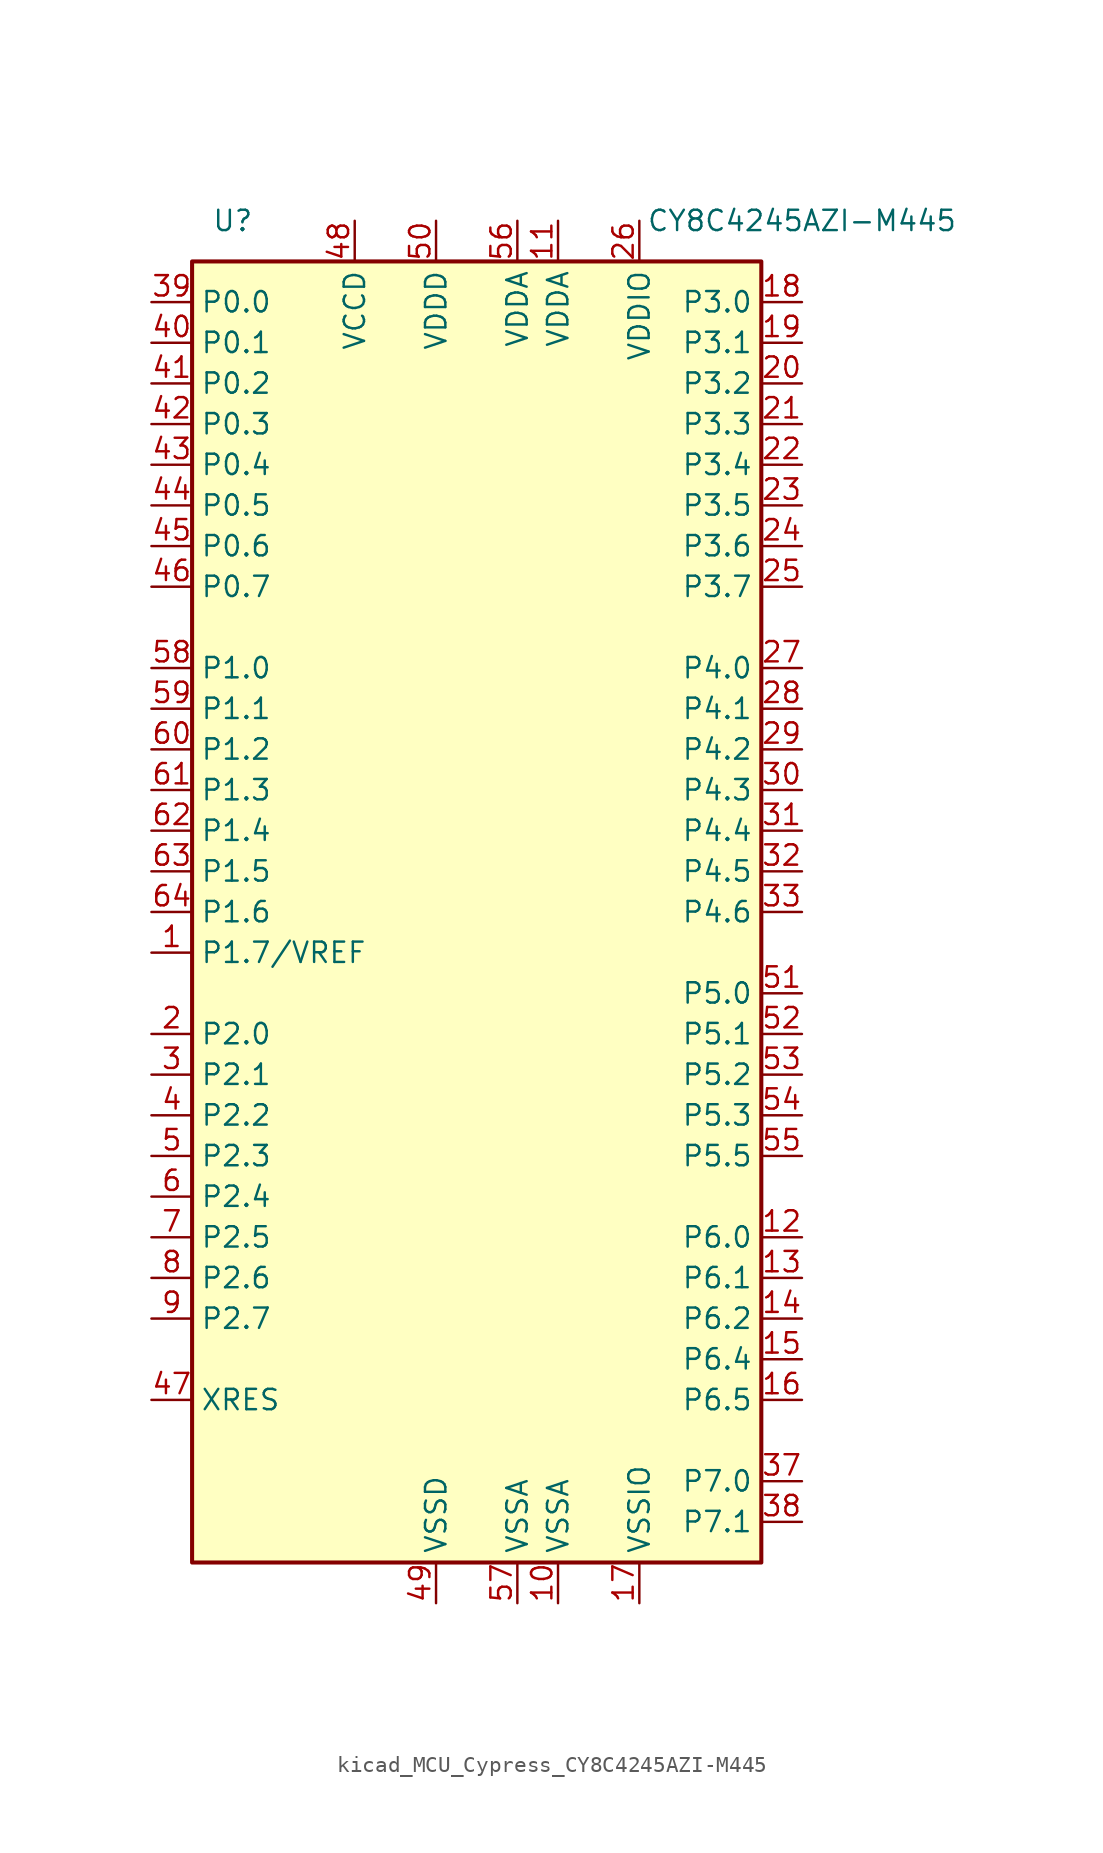
<source format=kicad_sym>
(kicad_symbol_lib
  (version 20220914)
  (generator kicad_symbol_editor)
  (symbol "kicad_MCU_Cypress_CY8C4245AZI-M445"
    (property "Reference" "U"
      (at -15.24 43.18 0)
      (effects (font (size 1.27 1.27))))
    (property "Value" "CY8C4245AZI-M445"
      (at 20.32 43.18 0)
      (effects (font (size 1.27 1.27))))
    (symbol "kicad_MCU_Cypress_CY8C4245AZI-M445_0_1"
      (rectangle (start -17.78 40.64) (end 17.78 -40.64) (stroke (width 0.254) (type default)) (fill (type background))))
    (symbol "kicad_MCU_Cypress_CY8C4245AZI-M445_1_1"
      (pin bidirectional line (at -20.32 -2.54 0) (length 2.54) (name "P1.7/VREF" (effects (font (size 1.27 1.27)))) (number "1" (effects (font (size 1.27 1.27)))))
      (pin power_in line (at 5.08 -43.18 90) (length 2.54) (name "VSSA" (effects (font (size 1.27 1.27)))) (number "10" (effects (font (size 1.27 1.27)))))
      (pin power_in line (at 5.08 43.18 270) (length 2.54) (name "VDDA" (effects (font (size 1.27 1.27)))) (number "11" (effects (font (size 1.27 1.27)))))
      (pin bidirectional line (at 20.32 -20.32 180) (length 2.54) (name "P6.0" (effects (font (size 1.27 1.27)))) (number "12" (effects (font (size 1.27 1.27)))))
      (pin bidirectional line (at 20.32 -22.86 180) (length 2.54) (name "P6.1" (effects (font (size 1.27 1.27)))) (number "13" (effects (font (size 1.27 1.27)))))
      (pin bidirectional line (at 20.32 -25.4 180) (length 2.54) (name "P6.2" (effects (font (size 1.27 1.27)))) (number "14" (effects (font (size 1.27 1.27)))))
      (pin bidirectional line (at 20.32 -27.94 180) (length 2.54) (name "P6.4" (effects (font (size 1.27 1.27)))) (number "15" (effects (font (size 1.27 1.27)))))
      (pin bidirectional line (at 20.32 -30.48 180) (length 2.54) (name "P6.5" (effects (font (size 1.27 1.27)))) (number "16" (effects (font (size 1.27 1.27)))))
      (pin power_in line (at 10.16 -43.18 90) (length 2.54) (name "VSSIO" (effects (font (size 1.27 1.27)))) (number "17" (effects (font (size 1.27 1.27)))))
      (pin bidirectional line (at 20.32 38.1 180) (length 2.54) (name "P3.0" (effects (font (size 1.27 1.27)))) (number "18" (effects (font (size 1.27 1.27)))))
      (pin bidirectional line (at 20.32 35.56 180) (length 2.54) (name "P3.1" (effects (font (size 1.27 1.27)))) (number "19" (effects (font (size 1.27 1.27)))))
      (pin bidirectional line (at -20.32 -7.62 0) (length 2.54) (name "P2.0" (effects (font (size 1.27 1.27)))) (number "2" (effects (font (size 1.27 1.27)))))
      (pin bidirectional line (at 20.32 33.02 180) (length 2.54) (name "P3.2" (effects (font (size 1.27 1.27)))) (number "20" (effects (font (size 1.27 1.27)))))
      (pin bidirectional line (at 20.32 30.48 180) (length 2.54) (name "P3.3" (effects (font (size 1.27 1.27)))) (number "21" (effects (font (size 1.27 1.27)))))
      (pin bidirectional line (at 20.32 27.94 180) (length 2.54) (name "P3.4" (effects (font (size 1.27 1.27)))) (number "22" (effects (font (size 1.27 1.27)))))
      (pin bidirectional line (at 20.32 25.4 180) (length 2.54) (name "P3.5" (effects (font (size 1.27 1.27)))) (number "23" (effects (font (size 1.27 1.27)))))
      (pin bidirectional line (at 20.32 22.86 180) (length 2.54) (name "P3.6" (effects (font (size 1.27 1.27)))) (number "24" (effects (font (size 1.27 1.27)))))
      (pin bidirectional line (at 20.32 20.32 180) (length 2.54) (name "P3.7" (effects (font (size 1.27 1.27)))) (number "25" (effects (font (size 1.27 1.27)))))
      (pin power_in line (at 10.16 43.18 270) (length 2.54) (name "VDDIO" (effects (font (size 1.27 1.27)))) (number "26" (effects (font (size 1.27 1.27)))))
      (pin bidirectional line (at 20.32 15.24 180) (length 2.54) (name "P4.0" (effects (font (size 1.27 1.27)))) (number "27" (effects (font (size 1.27 1.27)))))
      (pin bidirectional line (at 20.32 12.7 180) (length 2.54) (name "P4.1" (effects (font (size 1.27 1.27)))) (number "28" (effects (font (size 1.27 1.27)))))
      (pin bidirectional line (at 20.32 10.16 180) (length 2.54) (name "P4.2" (effects (font (size 1.27 1.27)))) (number "29" (effects (font (size 1.27 1.27)))))
      (pin bidirectional line (at -20.32 -10.16 0) (length 2.54) (name "P2.1" (effects (font (size 1.27 1.27)))) (number "3" (effects (font (size 1.27 1.27)))))
      (pin bidirectional line (at 20.32 7.62 180) (length 2.54) (name "P4.3" (effects (font (size 1.27 1.27)))) (number "30" (effects (font (size 1.27 1.27)))))
      (pin bidirectional line (at 20.32 5.08 180) (length 2.54) (name "P4.4" (effects (font (size 1.27 1.27)))) (number "31" (effects (font (size 1.27 1.27)))))
      (pin bidirectional line (at 20.32 2.54 180) (length 2.54) (name "P4.5" (effects (font (size 1.27 1.27)))) (number "32" (effects (font (size 1.27 1.27)))))
      (pin bidirectional line (at 20.32 0 180) (length 2.54) (name "P4.6" (effects (font (size 1.27 1.27)))) (number "33" (effects (font (size 1.27 1.27)))))
      (pin bidirectional line (at 20.32 -35.56 180) (length 2.54) (name "P7.0" (effects (font (size 1.27 1.27)))) (number "37" (effects (font (size 1.27 1.27)))))
      (pin bidirectional line (at 20.32 -38.1 180) (length 2.54) (name "P7.1" (effects (font (size 1.27 1.27)))) (number "38" (effects (font (size 1.27 1.27)))))
      (pin bidirectional line (at -20.32 38.1 0) (length 2.54) (name "P0.0" (effects (font (size 1.27 1.27)))) (number "39" (effects (font (size 1.27 1.27)))))
      (pin bidirectional line (at -20.32 -12.7 0) (length 2.54) (name "P2.2" (effects (font (size 1.27 1.27)))) (number "4" (effects (font (size 1.27 1.27)))))
      (pin bidirectional line (at -20.32 35.56 0) (length 2.54) (name "P0.1" (effects (font (size 1.27 1.27)))) (number "40" (effects (font (size 1.27 1.27)))))
      (pin bidirectional line (at -20.32 33.02 0) (length 2.54) (name "P0.2" (effects (font (size 1.27 1.27)))) (number "41" (effects (font (size 1.27 1.27)))))
      (pin bidirectional line (at -20.32 30.48 0) (length 2.54) (name "P0.3" (effects (font (size 1.27 1.27)))) (number "42" (effects (font (size 1.27 1.27)))))
      (pin bidirectional line (at -20.32 27.94 0) (length 2.54) (name "P0.4" (effects (font (size 1.27 1.27)))) (number "43" (effects (font (size 1.27 1.27)))))
      (pin bidirectional line (at -20.32 25.4 0) (length 2.54) (name "P0.5" (effects (font (size 1.27 1.27)))) (number "44" (effects (font (size 1.27 1.27)))))
      (pin bidirectional line (at -20.32 22.86 0) (length 2.54) (name "P0.6" (effects (font (size 1.27 1.27)))) (number "45" (effects (font (size 1.27 1.27)))))
      (pin bidirectional line (at -20.32 20.32 0) (length 2.54) (name "P0.7" (effects (font (size 1.27 1.27)))) (number "46" (effects (font (size 1.27 1.27)))))
      (pin input line (at -20.32 -30.48 0) (length 2.54) (name "XRES" (effects (font (size 1.27 1.27)))) (number "47" (effects (font (size 1.27 1.27)))))
      (pin power_out line (at -7.62 43.18 270) (length 2.54) (name "VCCD" (effects (font (size 1.27 1.27)))) (number "48" (effects (font (size 1.27 1.27)))))
      (pin power_in line (at -2.54 -43.18 90) (length 2.54) (name "VSSD" (effects (font (size 1.27 1.27)))) (number "49" (effects (font (size 1.27 1.27)))))
      (pin bidirectional line (at -20.32 -15.24 0) (length 2.54) (name "P2.3" (effects (font (size 1.27 1.27)))) (number "5" (effects (font (size 1.27 1.27)))))
      (pin power_in line (at -2.54 43.18 270) (length 2.54) (name "VDDD" (effects (font (size 1.27 1.27)))) (number "50" (effects (font (size 1.27 1.27)))))
      (pin bidirectional line (at 20.32 -5.08 180) (length 2.54) (name "P5.0" (effects (font (size 1.27 1.27)))) (number "51" (effects (font (size 1.27 1.27)))))
      (pin bidirectional line (at 20.32 -7.62 180) (length 2.54) (name "P5.1" (effects (font (size 1.27 1.27)))) (number "52" (effects (font (size 1.27 1.27)))))
      (pin bidirectional line (at 20.32 -10.16 180) (length 2.54) (name "P5.2" (effects (font (size 1.27 1.27)))) (number "53" (effects (font (size 1.27 1.27)))))
      (pin bidirectional line (at 20.32 -12.7 180) (length 2.54) (name "P5.3" (effects (font (size 1.27 1.27)))) (number "54" (effects (font (size 1.27 1.27)))))
      (pin bidirectional line (at 20.32 -15.24 180) (length 2.54) (name "P5.5" (effects (font (size 1.27 1.27)))) (number "55" (effects (font (size 1.27 1.27)))))
      (pin power_in line (at 2.54 43.18 270) (length 2.54) (name "VDDA" (effects (font (size 1.27 1.27)))) (number "56" (effects (font (size 1.27 1.27)))))
      (pin power_in line (at 2.54 -43.18 90) (length 2.54) (name "VSSA" (effects (font (size 1.27 1.27)))) (number "57" (effects (font (size 1.27 1.27)))))
      (pin bidirectional line (at -20.32 15.24 0) (length 2.54) (name "P1.0" (effects (font (size 1.27 1.27)))) (number "58" (effects (font (size 1.27 1.27)))))
      (pin bidirectional line (at -20.32 12.7 0) (length 2.54) (name "P1.1" (effects (font (size 1.27 1.27)))) (number "59" (effects (font (size 1.27 1.27)))))
      (pin bidirectional line (at -20.32 -17.78 0) (length 2.54) (name "P2.4" (effects (font (size 1.27 1.27)))) (number "6" (effects (font (size 1.27 1.27)))))
      (pin bidirectional line (at -20.32 10.16 0) (length 2.54) (name "P1.2" (effects (font (size 1.27 1.27)))) (number "60" (effects (font (size 1.27 1.27)))))
      (pin bidirectional line (at -20.32 7.62 0) (length 2.54) (name "P1.3" (effects (font (size 1.27 1.27)))) (number "61" (effects (font (size 1.27 1.27)))))
      (pin bidirectional line (at -20.32 5.08 0) (length 2.54) (name "P1.4" (effects (font (size 1.27 1.27)))) (number "62" (effects (font (size 1.27 1.27)))))
      (pin bidirectional line (at -20.32 2.54 0) (length 2.54) (name "P1.5" (effects (font (size 1.27 1.27)))) (number "63" (effects (font (size 1.27 1.27)))))
      (pin bidirectional line (at -20.32 0 0) (length 2.54) (name "P1.6" (effects (font (size 1.27 1.27)))) (number "64" (effects (font (size 1.27 1.27)))))
      (pin bidirectional line (at -20.32 -20.32 0) (length 2.54) (name "P2.5" (effects (font (size 1.27 1.27)))) (number "7" (effects (font (size 1.27 1.27)))))
      (pin bidirectional line (at -20.32 -22.86 0) (length 2.54) (name "P2.6" (effects (font (size 1.27 1.27)))) (number "8" (effects (font (size 1.27 1.27)))))
      (pin bidirectional line (at -20.32 -25.4 0) (length 2.54) (name "P2.7" (effects (font (size 1.27 1.27)))) (number "9" (effects (font (size 1.27 1.27))))))))
</source>
